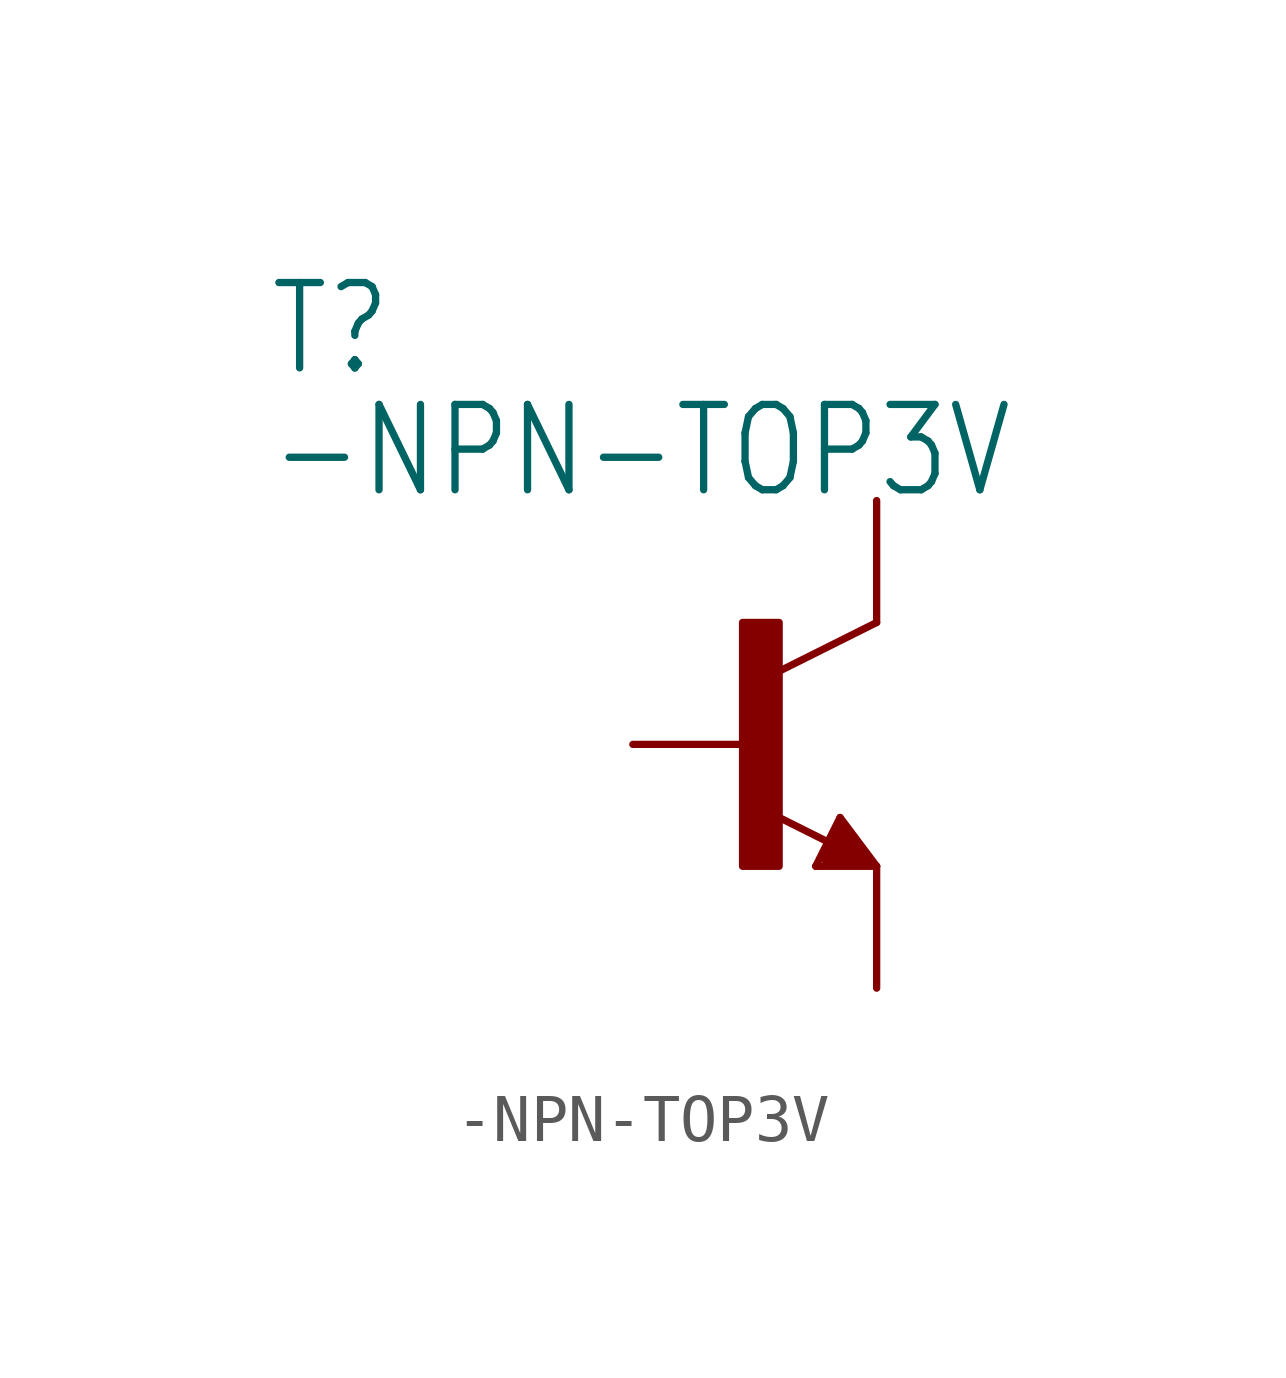
<source format=kicad_sym>
(kicad_symbol_lib
  (version 20211014)
  (generator kicad_symbol_editor)
  (symbol "-NPN-TOP3V"
    (property "Reference" "T"
      (at -10.16 7.62 0)
      (effects (font (size 1.778 1.511)) (justify left bottom)))
    (property "Value" "-NPN-TOP3V"
      (at -10.16 5.08 0)
      (effects (font (size 1.778 1.511)) (justify left bottom)))
    (property "ki_locked" ""
      (at 0 0 0)
      (effects (font (size 1.27 1.27))))
    (symbol "-NPN-TOP3V_1_0"
      (rectangle (start -0.254 -2.54) (end 0.508 2.54) (stroke (width 0) (type default) (color 0 0 0 0)) (fill (type outline)))
      (polyline (pts (xy 1.27 -2.54) (xy 1.778 -1.524)) (stroke (width 0.152) (type default) (color 0 0 0 0)) (fill (type none)))
      (polyline (pts (xy 1.524 -2.413) (xy 2.286 -2.413)) (stroke (width 0.254) (type default) (color 0 0 0 0)) (fill (type none)))
      (polyline (pts (xy 1.524 -2.286) (xy 1.905 -2.286)) (stroke (width 0.254) (type default) (color 0 0 0 0)) (fill (type none)))
      (polyline (pts (xy 1.54 -2.04) (xy 0.308 -1.424)) (stroke (width 0.152) (type default) (color 0 0 0 0)) (fill (type none)))
      (polyline (pts (xy 1.778 -1.778) (xy 1.524 -2.286)) (stroke (width 0.254) (type default) (color 0 0 0 0)) (fill (type none)))
      (polyline (pts (xy 1.778 -1.524) (xy 2.54 -2.54)) (stroke (width 0.152) (type default) (color 0 0 0 0)) (fill (type none)))
      (polyline (pts (xy 1.905 -2.286) (xy 1.778 -2.032)) (stroke (width 0.254) (type default) (color 0 0 0 0)) (fill (type none)))
      (polyline (pts (xy 2.286 -2.413) (xy 1.778 -1.778)) (stroke (width 0.254) (type default) (color 0 0 0 0)) (fill (type none)))
      (polyline (pts (xy 2.54 -2.54) (xy 1.27 -2.54)) (stroke (width 0.152) (type default) (color 0 0 0 0)) (fill (type none)))
      (polyline (pts (xy 2.54 2.54) (xy 0.508 1.524)) (stroke (width 0.152) (type default) (color 0 0 0 0)) (fill (type none)))
      (pin passive line (at -2.54 0 0) (length 2.54) (name "B" (effects (font (size 0 0)))) (number "B" (effects (font (size 0 0)))))
      (pin passive line (at 2.54 5.08 270) (length 2.54) (name "C" (effects (font (size 0 0)))) (number "C" (effects (font (size 0 0)))))
      (pin passive line (at 2.54 -5.08 90) (length 2.54) (name "E" (effects (font (size 0 0)))) (number "E" (effects (font (size 0 0))))))))
</source>
